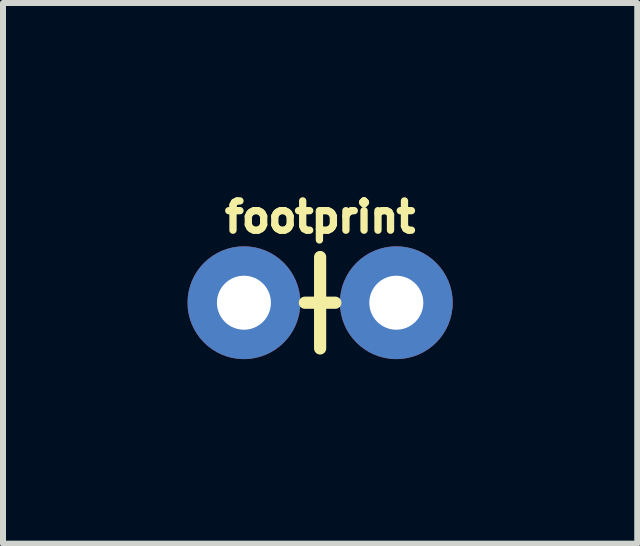
<source format=kicad_pcb>
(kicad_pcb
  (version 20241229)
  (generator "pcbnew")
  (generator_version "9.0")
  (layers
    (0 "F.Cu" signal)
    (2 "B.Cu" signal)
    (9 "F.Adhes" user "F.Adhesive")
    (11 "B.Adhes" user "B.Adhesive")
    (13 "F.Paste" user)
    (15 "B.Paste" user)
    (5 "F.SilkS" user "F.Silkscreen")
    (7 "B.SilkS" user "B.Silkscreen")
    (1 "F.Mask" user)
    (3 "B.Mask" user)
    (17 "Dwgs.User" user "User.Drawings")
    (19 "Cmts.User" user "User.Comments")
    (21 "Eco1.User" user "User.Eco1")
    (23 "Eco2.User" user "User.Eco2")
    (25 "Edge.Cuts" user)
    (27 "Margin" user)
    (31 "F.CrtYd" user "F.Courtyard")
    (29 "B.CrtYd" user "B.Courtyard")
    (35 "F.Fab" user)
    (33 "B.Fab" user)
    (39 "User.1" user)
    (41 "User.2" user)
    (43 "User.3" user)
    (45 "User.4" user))
  (footprint "footprint"
    (layer "F.Cu")
    (at 2.286 1.996)
    (property "Reference" "footprint" (at 0 -1.143 0) (layer "F.SilkS") (effects (font (size 0.488 0.488) (thickness 0.122)) (justify bottom)))
    (fp_circle (center -1.27 0) (end -1.041 0) (stroke (width 0.457) (type solid)) (fill yes) (layer "F.Mask"))
    (fp_circle (center -1.27 0) (end -1.041 0) (stroke (width 0.457) (type solid)) (fill yes) (layer "F.Mask"))
    (fp_circle (center 1.27 0) (end 1.499 0) (stroke (width 0.457) (type solid)) (fill yes) (layer "F.Mask"))
    (fp_circle (center -1.27 0) (end -0.762 0) (stroke (width 1.016) (type solid)) (fill yes) (layer "B.Mask"))
    (fp_circle (center 1.27 0) (end 1.778 0) (stroke (width 1.016) (type solid)) (fill yes) (layer "B.Mask"))
    (fp_line (start 0 0) (end -0.254 0) (stroke (width 0.203) (type solid)) (layer "F.SilkS"))
    (fp_line (start 0 0) (end 0 -0.762) (stroke (width 0.203) (type solid)) (layer "F.SilkS"))
    (fp_line (start 0 0.762) (end 0 0) (stroke (width 0.203) (type solid)) (layer "F.SilkS"))
    (fp_line (start 0.254 0) (end 0 0) (stroke (width 0.203) (type solid)) (layer "F.SilkS"))
    (pad "P$1" thru_hole circle (at -1.27 0) (size 1.88 1.88) (drill 0.9) (layers "*.Cu"))
    (pad "P$2" thru_hole circle (at 1.27 0) (size 1.88 1.88) (drill 0.9) (layers "*.Cu")))
  (gr_rect
    (start -3 -3)
    (end 7.572 6.012)
    (stroke (width 0.1) (type default))
    (fill no)
    (layer "Edge.Cuts")))
</source>
